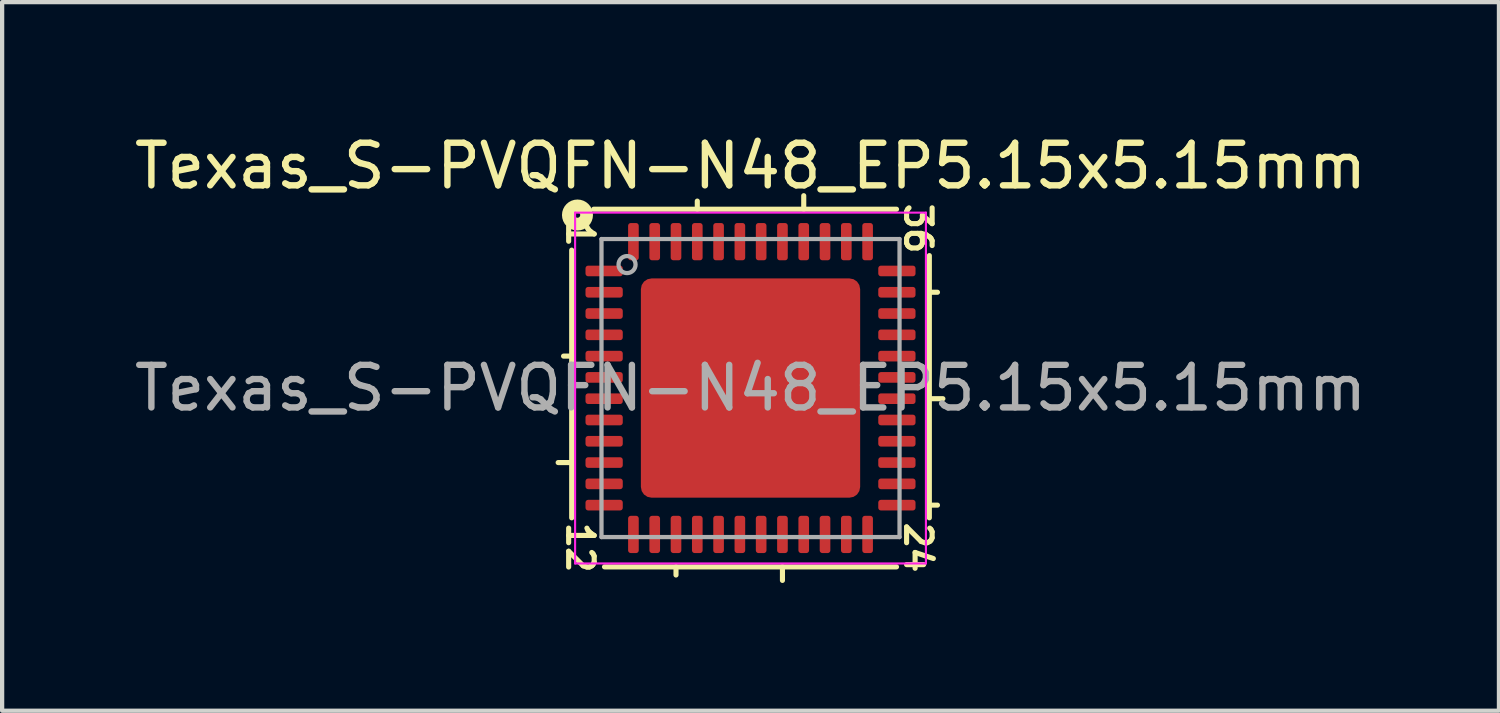
<source format=kicad_pcb>
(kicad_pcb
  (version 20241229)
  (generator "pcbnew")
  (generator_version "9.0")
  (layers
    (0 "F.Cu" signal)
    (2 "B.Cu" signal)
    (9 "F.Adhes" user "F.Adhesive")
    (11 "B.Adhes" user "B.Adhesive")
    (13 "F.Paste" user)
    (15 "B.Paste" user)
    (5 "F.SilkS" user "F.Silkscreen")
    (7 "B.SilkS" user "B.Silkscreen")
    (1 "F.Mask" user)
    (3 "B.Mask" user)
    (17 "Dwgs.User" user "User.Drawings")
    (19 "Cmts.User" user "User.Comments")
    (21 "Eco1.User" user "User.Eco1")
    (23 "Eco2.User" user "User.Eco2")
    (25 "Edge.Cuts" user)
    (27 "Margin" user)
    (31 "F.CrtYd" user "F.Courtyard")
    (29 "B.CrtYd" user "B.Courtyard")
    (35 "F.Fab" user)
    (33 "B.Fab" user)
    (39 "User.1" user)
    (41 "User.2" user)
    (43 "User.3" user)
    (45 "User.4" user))
  (footprint "Texas_S-PVQFN-N48_EP5.15x5.15mm"
    (layer "F.Cu")
    (at 14.577 6.064)
    (property "Reference" "Texas_S-PVQFN-N48_EP5.15x5.15mm" (at 0 -5.216 0) (layer "F.SilkS") (effects (font (size 1 1) (thickness 0.15))))
    (attr smd)
    (fp_line (start -4.2 -3.239) (end -4.2 3.048) (stroke (width 0.12) (type solid)) (layer "F.SilkS"))
    (fp_line (start -4.2 -0.75) (end -4.391 -0.75) (stroke (width 0.12) (type solid)) (layer "F.SilkS"))
    (fp_line (start -4.2 1.75) (end -4.518 1.75) (stroke (width 0.12) (type solid)) (layer "F.SilkS"))
    (fp_line (start -3.429 4.2) (end 3.429 4.2) (stroke (width 0.12) (type solid)) (layer "F.SilkS"))
    (fp_line (start -1.75 4.2) (end -1.75 4.391) (stroke (width 0.12) (type solid)) (layer "F.SilkS"))
    (fp_line (start -1.25 -4.2) (end -1.25 -4.391) (stroke (width 0.12) (type solid)) (layer "F.SilkS"))
    (fp_line (start 0.75 4.2) (end 0.75 4.518) (stroke (width 0.12) (type solid)) (layer "F.SilkS"))
    (fp_line (start 1.25 -4.2) (end 1.25 -4.518) (stroke (width 0.12) (type solid)) (layer "F.SilkS"))
    (fp_line (start 3.429 -4.2) (end -3.683 -4.2) (stroke (width 0.12) (type solid)) (layer "F.SilkS"))
    (fp_line (start 4.2 -2.25) (end 4.391 -2.25) (stroke (width 0.12) (type solid)) (layer "F.SilkS"))
    (fp_line (start 4.2 0.25) (end 4.518 0.25) (stroke (width 0.12) (type solid)) (layer "F.SilkS"))
    (fp_line (start 4.2 2.75) (end 4.391 2.75) (stroke (width 0.12) (type solid)) (layer "F.SilkS"))
    (fp_line (start 4.2 3.048) (end 4.2 -3.111) (stroke (width 0.12) (type solid)) (layer "F.SilkS"))
    (fp_circle (center -4.064 -4.064) (end -4 -4.064) (stroke (width 0.3) (type solid)) (fill no) (layer "F.SilkS"))
    (fp_line (start -4.12 -4.12) (end -4.12 4.12) (stroke (width 0.05) (type solid)) (layer "F.CrtYd"))
    (fp_line (start -4.12 4.12) (end 4.12 4.12) (stroke (width 0.05) (type solid)) (layer "F.CrtYd"))
    (fp_line (start 4.12 -4.12) (end -4.12 -4.12) (stroke (width 0.05) (type solid)) (layer "F.CrtYd"))
    (fp_line (start 4.12 4.12) (end 4.12 -4.12) (stroke (width 0.05) (type solid)) (layer "F.CrtYd"))
    (fp_line (start -3.5 -3.5) (end 3.5 -3.5) (stroke (width 0.1) (type solid)) (layer "F.Fab"))
    (fp_line (start -3.5 3.5) (end -3.5 -3.5) (stroke (width 0.1) (type solid)) (layer "F.Fab"))
    (fp_line (start 3.5 -3.5) (end 3.5 3.5) (stroke (width 0.1) (type solid)) (layer "F.Fab"))
    (fp_line (start 3.5 3.5) (end -3.5 3.5) (stroke (width 0.1) (type solid)) (layer "F.Fab"))
    (fp_circle (center -2.9 -2.9) (end -2.7 -2.9) (stroke (width 0.1) (type solid)) (fill no) (layer "F.Fab"))
    (fp_text user "24" (at 3.937 3.747 270) (unlocked yes) (layer "F.SilkS") (effects (font (size 0.6 0.6) (thickness 0.12))))
    (fp_text user "12" (at -4 3.747 270) (unlocked yes) (layer "F.SilkS") (effects (font (size 0.6 0.6) (thickness 0.12))))
    (fp_text user "1" (at -4 -3.619 270) (unlocked yes) (layer "F.SilkS") (effects (font (size 0.6 0.6) (thickness 0.12))))
    (fp_text user "36" (at 3.937 -3.747 270) (unlocked yes) (layer "F.SilkS") (effects (font (size 0.6 0.6) (thickness 0.12))))
    (fp_text user "${REFERENCE}" (at 0 0 0) (layer "F.Fab") (effects (font (size 1 1) (thickness 0.15))))
    (pad "" smd roundrect (at -1.935 -1.935) (size 1.04 1.04) (layers "F.Paste") (roundrect_rratio 0.24))
    (pad "" smd roundrect (at -1.935 -0.645) (size 1.04 1.04) (layers "F.Paste") (roundrect_rratio 0.24))
    (pad "" smd roundrect (at -1.935 0.645) (size 1.04 1.04) (layers "F.Paste") (roundrect_rratio 0.24))
    (pad "" smd roundrect (at -1.935 1.935) (size 1.04 1.04) (layers "F.Paste") (roundrect_rratio 0.24))
    (pad "" smd roundrect (at -0.645 -1.935) (size 1.04 1.04) (layers "F.Paste") (roundrect_rratio 0.24))
    (pad "" smd roundrect (at -0.645 -0.645) (size 1.04 1.04) (layers "F.Paste") (roundrect_rratio 0.24))
    (pad "" smd roundrect (at -0.645 0.645) (size 1.04 1.04) (layers "F.Paste") (roundrect_rratio 0.24))
    (pad "" smd roundrect (at -0.645 1.935) (size 1.04 1.04) (layers "F.Paste") (roundrect_rratio 0.24))
    (pad "" smd roundrect (at 0.645 -1.935) (size 1.04 1.04) (layers "F.Paste") (roundrect_rratio 0.24))
    (pad "" smd roundrect (at 0.645 -0.645) (size 1.04 1.04) (layers "F.Paste") (roundrect_rratio 0.24))
    (pad "" smd roundrect (at 0.645 0.645) (size 1.04 1.04) (layers "F.Paste") (roundrect_rratio 0.24))
    (pad "" smd roundrect (at 0.645 1.935) (size 1.04 1.04) (layers "F.Paste") (roundrect_rratio 0.24))
    (pad "" smd roundrect (at 1.935 -1.935) (size 1.04 1.04) (layers "F.Paste") (roundrect_rratio 0.24))
    (pad "" smd roundrect (at 1.935 -0.645) (size 1.04 1.04) (layers "F.Paste") (roundrect_rratio 0.24))
    (pad "" smd roundrect (at 1.935 0.645) (size 1.04 1.04) (layers "F.Paste") (roundrect_rratio 0.24))
    (pad "" smd roundrect (at 1.935 1.935) (size 1.04 1.04) (layers "F.Paste") (roundrect_rratio 0.24))
    (pad "1" smd roundrect (at -3.438 -2.75) (size 0.875 0.25) (layers "F.Cu" "F.Mask" "F.Paste") (roundrect_rratio 0.25))
    (pad "2" smd roundrect (at -3.438 -2.25) (size 0.875 0.25) (layers "F.Cu" "F.Mask" "F.Paste") (roundrect_rratio 0.25))
    (pad "3" smd roundrect (at -3.438 -1.75) (size 0.875 0.25) (layers "F.Cu" "F.Mask" "F.Paste") (roundrect_rratio 0.25))
    (pad "4" smd roundrect (at -3.438 -1.25) (size 0.875 0.25) (layers "F.Cu" "F.Mask" "F.Paste") (roundrect_rratio 0.25))
    (pad "5" smd roundrect (at -3.438 -0.75) (size 0.875 0.25) (layers "F.Cu" "F.Mask" "F.Paste") (roundrect_rratio 0.25))
    (pad "6" smd roundrect (at -3.438 -0.25) (size 0.875 0.25) (layers "F.Cu" "F.Mask" "F.Paste") (roundrect_rratio 0.25))
    (pad "7" smd roundrect (at -3.438 0.25) (size 0.875 0.25) (layers "F.Cu" "F.Mask" "F.Paste") (roundrect_rratio 0.25))
    (pad "8" smd roundrect (at -3.438 0.75) (size 0.875 0.25) (layers "F.Cu" "F.Mask" "F.Paste") (roundrect_rratio 0.25))
    (pad "9" smd roundrect (at -3.438 1.25) (size 0.875 0.25) (layers "F.Cu" "F.Mask" "F.Paste") (roundrect_rratio 0.25))
    (pad "10" smd roundrect (at -3.438 1.75) (size 0.875 0.25) (layers "F.Cu" "F.Mask" "F.Paste") (roundrect_rratio 0.25))
    (pad "11" smd roundrect (at -3.438 2.25) (size 0.875 0.25) (layers "F.Cu" "F.Mask" "F.Paste") (roundrect_rratio 0.25))
    (pad "12" smd roundrect (at -3.438 2.75) (size 0.875 0.25) (layers "F.Cu" "F.Mask" "F.Paste") (roundrect_rratio 0.25))
    (pad "13" smd roundrect (at -2.75 3.438) (size 0.25 0.875) (layers "F.Cu" "F.Mask" "F.Paste") (roundrect_rratio 0.25))
    (pad "14" smd roundrect (at -2.25 3.438) (size 0.25 0.875) (layers "F.Cu" "F.Mask" "F.Paste") (roundrect_rratio 0.25))
    (pad "15" smd roundrect (at -1.75 3.438) (size 0.25 0.875) (layers "F.Cu" "F.Mask" "F.Paste") (roundrect_rratio 0.25))
    (pad "16" smd roundrect (at -1.25 3.438) (size 0.25 0.875) (layers "F.Cu" "F.Mask" "F.Paste") (roundrect_rratio 0.25))
    (pad "17" smd roundrect (at -0.75 3.438) (size 0.25 0.875) (layers "F.Cu" "F.Mask" "F.Paste") (roundrect_rratio 0.25))
    (pad "18" smd roundrect (at -0.25 3.438) (size 0.25 0.875) (layers "F.Cu" "F.Mask" "F.Paste") (roundrect_rratio 0.25))
    (pad "19" smd roundrect (at 0.25 3.438) (size 0.25 0.875) (layers "F.Cu" "F.Mask" "F.Paste") (roundrect_rratio 0.25))
    (pad "20" smd roundrect (at 0.75 3.438) (size 0.25 0.875) (layers "F.Cu" "F.Mask" "F.Paste") (roundrect_rratio 0.25))
    (pad "21" smd roundrect (at 1.25 3.438) (size 0.25 0.875) (layers "F.Cu" "F.Mask" "F.Paste") (roundrect_rratio 0.25))
    (pad "22" smd roundrect (at 1.75 3.438) (size 0.25 0.875) (layers "F.Cu" "F.Mask" "F.Paste") (roundrect_rratio 0.25))
    (pad "23" smd roundrect (at 2.25 3.438) (size 0.25 0.875) (layers "F.Cu" "F.Mask" "F.Paste") (roundrect_rratio 0.25))
    (pad "24" smd roundrect (at 2.75 3.438) (size 0.25 0.875) (layers "F.Cu" "F.Mask" "F.Paste") (roundrect_rratio 0.25))
    (pad "25" smd roundrect (at 3.438 2.75) (size 0.875 0.25) (layers "F.Cu" "F.Mask" "F.Paste") (roundrect_rratio 0.25))
    (pad "26" smd roundrect (at 3.438 2.25) (size 0.875 0.25) (layers "F.Cu" "F.Mask" "F.Paste") (roundrect_rratio 0.25))
    (pad "27" smd roundrect (at 3.438 1.75) (size 0.875 0.25) (layers "F.Cu" "F.Mask" "F.Paste") (roundrect_rratio 0.25))
    (pad "28" smd roundrect (at 3.438 1.25) (size 0.875 0.25) (layers "F.Cu" "F.Mask" "F.Paste") (roundrect_rratio 0.25))
    (pad "29" smd roundrect (at 3.438 0.75) (size 0.875 0.25) (layers "F.Cu" "F.Mask" "F.Paste") (roundrect_rratio 0.25))
    (pad "30" smd roundrect (at 3.438 0.25) (size 0.875 0.25) (layers "F.Cu" "F.Mask" "F.Paste") (roundrect_rratio 0.25))
    (pad "31" smd roundrect (at 3.438 -0.25) (size 0.875 0.25) (layers "F.Cu" "F.Mask" "F.Paste") (roundrect_rratio 0.25))
    (pad "32" smd roundrect (at 3.438 -0.75) (size 0.875 0.25) (layers "F.Cu" "F.Mask" "F.Paste") (roundrect_rratio 0.25))
    (pad "33" smd roundrect (at 3.438 -1.25) (size 0.875 0.25) (layers "F.Cu" "F.Mask" "F.Paste") (roundrect_rratio 0.25))
    (pad "34" smd roundrect (at 3.438 -1.75) (size 0.875 0.25) (layers "F.Cu" "F.Mask" "F.Paste") (roundrect_rratio 0.25))
    (pad "35" smd roundrect (at 3.438 -2.25) (size 0.875 0.25) (layers "F.Cu" "F.Mask" "F.Paste") (roundrect_rratio 0.25))
    (pad "36" smd roundrect (at 3.438 -2.75) (size 0.875 0.25) (layers "F.Cu" "F.Mask" "F.Paste") (roundrect_rratio 0.25))
    (pad "37" smd roundrect (at 2.75 -3.438) (size 0.25 0.875) (layers "F.Cu" "F.Mask" "F.Paste") (roundrect_rratio 0.25))
    (pad "38" smd roundrect (at 2.25 -3.438) (size 0.25 0.875) (layers "F.Cu" "F.Mask" "F.Paste") (roundrect_rratio 0.25))
    (pad "39" smd roundrect (at 1.75 -3.438) (size 0.25 0.875) (layers "F.Cu" "F.Mask" "F.Paste") (roundrect_rratio 0.25))
    (pad "40" smd roundrect (at 1.25 -3.438) (size 0.25 0.875) (layers "F.Cu" "F.Mask" "F.Paste") (roundrect_rratio 0.25))
    (pad "41" smd roundrect (at 0.75 -3.438) (size 0.25 0.875) (layers "F.Cu" "F.Mask" "F.Paste") (roundrect_rratio 0.25))
    (pad "42" smd roundrect (at 0.25 -3.438) (size 0.25 0.875) (layers "F.Cu" "F.Mask" "F.Paste") (roundrect_rratio 0.25))
    (pad "43" smd roundrect (at -0.25 -3.438) (size 0.25 0.875) (layers "F.Cu" "F.Mask" "F.Paste") (roundrect_rratio 0.25))
    (pad "44" smd roundrect (at -0.75 -3.438) (size 0.25 0.875) (layers "F.Cu" "F.Mask" "F.Paste") (roundrect_rratio 0.25))
    (pad "45" smd roundrect (at -1.25 -3.438) (size 0.25 0.875) (layers "F.Cu" "F.Mask" "F.Paste") (roundrect_rratio 0.25))
    (pad "46" smd roundrect (at -1.75 -3.438) (size 0.25 0.875) (layers "F.Cu" "F.Mask" "F.Paste") (roundrect_rratio 0.25))
    (pad "47" smd roundrect (at -2.25 -3.438) (size 0.25 0.875) (layers "F.Cu" "F.Mask" "F.Paste") (roundrect_rratio 0.25))
    (pad "48" smd roundrect (at -2.75 -3.438) (size 0.25 0.875) (layers "F.Cu" "F.Mask" "F.Paste") (roundrect_rratio 0.25))
    (pad "49" smd roundrect (at 0 0) (size 5.15 5.15) (layers "F.Cu" "F.Mask") (roundrect_rratio 0.049)))
  (gr_rect
    (start -3 -3)
    (end 32.155 13.642)
    (stroke (width 0.1) (type default))
    (fill no)
    (layer "Edge.Cuts")))
</source>
